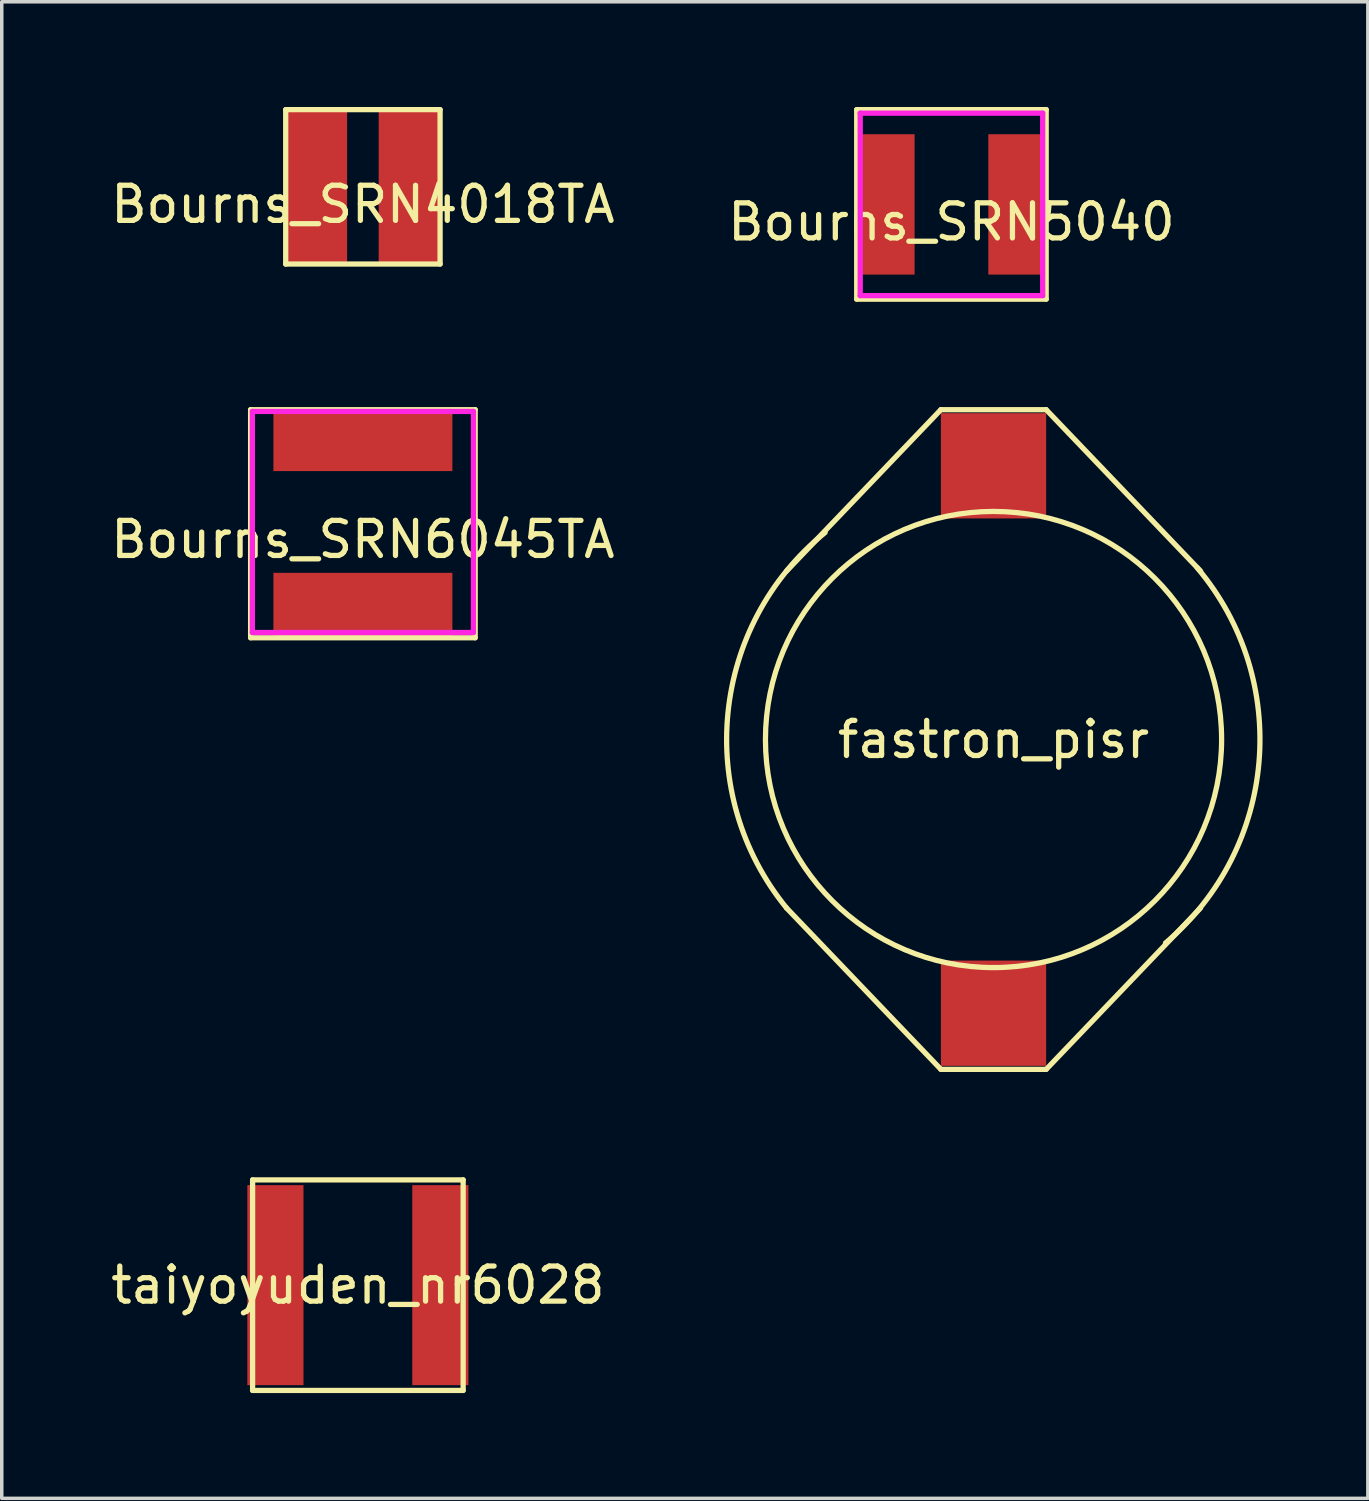
<source format=kicad_pcb>
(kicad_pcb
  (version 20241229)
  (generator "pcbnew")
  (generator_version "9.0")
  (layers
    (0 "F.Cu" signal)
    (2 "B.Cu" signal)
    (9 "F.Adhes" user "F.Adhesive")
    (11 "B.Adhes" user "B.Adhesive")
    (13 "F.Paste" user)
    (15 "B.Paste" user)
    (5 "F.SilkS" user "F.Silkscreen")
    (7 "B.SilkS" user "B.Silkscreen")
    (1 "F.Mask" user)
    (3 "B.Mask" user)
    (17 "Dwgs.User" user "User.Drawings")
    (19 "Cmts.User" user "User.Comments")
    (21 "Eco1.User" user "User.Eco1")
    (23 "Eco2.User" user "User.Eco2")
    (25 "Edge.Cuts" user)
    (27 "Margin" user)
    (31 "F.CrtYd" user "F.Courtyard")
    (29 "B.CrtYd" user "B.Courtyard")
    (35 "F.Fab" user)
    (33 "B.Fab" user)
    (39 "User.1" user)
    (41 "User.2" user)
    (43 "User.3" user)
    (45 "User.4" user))
  (footprint "Bourns_SRN5040"
    (layer "F.Cu")
    (at 24.065 2.775)
    (property "Reference" "Bourns_SRN5040" (at 0 0.5 0) (layer "F.SilkS") (effects (font (size 1 1) (thickness 0.15))))
    (attr through_hole)
    (fp_line (start -2.7 -2.7) (end 2.7 -2.7) (stroke (width 0.15) (type solid)) (layer "F.SilkS"))
    (fp_line (start -2.7 2.7) (end -2.7 -2.7) (stroke (width 0.15) (type solid)) (layer "F.SilkS"))
    (fp_line (start 2.7 -2.7) (end 2.7 2.7) (stroke (width 0.15) (type solid)) (layer "F.SilkS"))
    (fp_line (start 2.7 2.7) (end -2.7 2.7) (stroke (width 0.15) (type solid)) (layer "F.SilkS"))
    (fp_line (start -2.6 -2.6) (end 2.6 -2.6) (stroke (width 0.15) (type solid)) (layer "F.CrtYd"))
    (fp_line (start -2.6 2.6) (end -2.6 -2.6) (stroke (width 0.15) (type solid)) (layer "F.CrtYd"))
    (fp_line (start 2.6 -2.6) (end 2.6 2.6) (stroke (width 0.15) (type solid)) (layer "F.CrtYd"))
    (fp_line (start 2.6 2.6) (end -2.6 2.6) (stroke (width 0.15) (type solid)) (layer "F.CrtYd"))
    (pad "1" smd rect (at -1.8 0) (size 1.5 4) (layers "F.Cu" "F.Mask" "F.Paste"))
    (pad "2" smd rect (at 1.8 0) (size 1.5 4) (layers "F.Cu" "F.Mask" "F.Paste")))
  (footprint "Bourns_SRN6045TA"
    (layer "F.Cu")
    (at 7.292 11.825)
    (property "Reference" "Bourns_SRN6045TA" (at 0 0.5 0) (layer "F.SilkS") (effects (font (size 1 1) (thickness 0.15))))
    (attr through_hole)
    (fp_line (start -3.2 -3.2) (end 3.2 -3.2) (stroke (width 0.15) (type solid)) (layer "F.SilkS"))
    (fp_line (start -3.2 3.3) (end -3.2 -3.2) (stroke (width 0.15) (type solid)) (layer "F.SilkS"))
    (fp_line (start 3.2 -3.2) (end 3.2 3.3) (stroke (width 0.15) (type solid)) (layer "F.SilkS"))
    (fp_line (start 3.2 3.3) (end -3.2 3.3) (stroke (width 0.15) (type solid)) (layer "F.SilkS"))
    (fp_line (start -3.15 -3.15) (end 3.15 -3.15) (stroke (width 0.15) (type solid)) (layer "F.CrtYd"))
    (fp_line (start -3.15 3.15) (end -3.15 -3.15) (stroke (width 0.15) (type solid)) (layer "F.CrtYd"))
    (fp_line (start 3.15 -3.15) (end 3.15 3.15) (stroke (width 0.15) (type solid)) (layer "F.CrtYd"))
    (fp_line (start 3.15 3.15) (end -3.15 3.15) (stroke (width 0.15) (type solid)) (layer "F.CrtYd"))
    (pad "1" smd rect (at 0 -2.35) (size 5.1 1.8) (layers "F.Cu" "F.Mask" "F.Paste"))
    (pad "2" smd rect (at 0 2.35) (size 5.1 1.8) (layers "F.Cu" "F.Mask" "F.Paste")))
  (footprint "fastron_pisr"
    (layer "F.Cu")
    (at 25.264 18.025)
    (property "Reference" "fastron_pisr" (at 0 0 0) (layer "F.SilkS") (effects (font (size 1 1) (thickness 0.15))))
    (attr through_hole)
    (fp_line (start -5.9 4.8) (end -1.5 9.4) (stroke (width 0.15) (type solid)) (layer "F.SilkS"))
    (fp_line (start -1.5 -9.4) (end -5.9 -4.8) (stroke (width 0.15) (type solid)) (layer "F.SilkS"))
    (fp_line (start -1.5 -9.4) (end 1.5 -9.4) (stroke (width 0.15) (type solid)) (layer "F.SilkS"))
    (fp_line (start -1.5 9.4) (end 1.5 9.4) (stroke (width 0.15) (type solid)) (layer "F.SilkS"))
    (fp_line (start 1.5 9.4) (end 5.9 4.8) (stroke (width 0.15) (type solid)) (layer "F.SilkS"))
    (fp_line (start 5.9 -4.8) (end 1.5 -9.4) (stroke (width 0.15) (type solid)) (layer "F.SilkS"))
    (fp_arc (start -5.9 4.8) (mid -7.566043 -0.777817) (end -4.8 -5.9) (stroke (width 0.15) (type solid)) (layer "F.SilkS"))
    (fp_arc (start 5.8 -4.9) (mid 7.566043 0.636396) (end 4.9 5.8) (stroke (width 0.15) (type solid)) (layer "F.SilkS"))
    (fp_circle (center 0 0) (end 6.5 0) (stroke (width 0.15) (type solid)) (fill no) (layer "F.SilkS"))
    (pad "1" smd rect (at 0 7.8) (size 3 3) (layers "F.Cu" "F.Mask" "F.Paste"))
    (pad "2" smd rect (at 0 -7.8) (size 3 3) (layers "F.Cu" "F.Mask" "F.Paste")))
  (footprint "taiyoyuden_nr6028"
    (layer "F.Cu")
    (at 7.149 33.575)
    (property "Reference" "taiyoyuden_nr6028" (at 0 0 0) (layer "F.SilkS") (effects (font (size 1 1) (thickness 0.15))))
    (attr through_hole)
    (fp_line (start -3 -3) (end 3 -3) (stroke (width 0.15) (type solid)) (layer "F.SilkS"))
    (fp_line (start -3 3) (end -3 -3) (stroke (width 0.15) (type solid)) (layer "F.SilkS"))
    (fp_line (start 3 -3) (end 3 3) (stroke (width 0.15) (type solid)) (layer "F.SilkS"))
    (fp_line (start 3 3) (end -3 3) (stroke (width 0.15) (type solid)) (layer "F.SilkS"))
    (pad "1" smd rect (at -2.35 0) (size 1.6 5.7) (layers "F.Cu" "F.Mask" "F.Paste"))
    (pad "2" smd rect (at 2.35 0) (size 1.6 5.7) (layers "F.Cu" "F.Mask" "F.Paste")))
  (footprint "Bourns_SRN4018TA"
    (layer "F.Cu")
    (at 7.292 2.275)
    (property "Reference" "Bourns_SRN4018TA" (at 0 0.5 0) (layer "F.SilkS") (effects (font (size 1 1) (thickness 0.15))))
    (attr through_hole)
    (fp_line (start -2.2 -2.2) (end 2.2 -2.2) (stroke (width 0.15) (type solid)) (layer "F.SilkS"))
    (fp_line (start -2.2 2.2) (end -2.2 -2.2) (stroke (width 0.15) (type solid)) (layer "F.SilkS"))
    (fp_line (start 2.2 -2.2) (end 2.2 2.2) (stroke (width 0.15) (type solid)) (layer "F.SilkS"))
    (fp_line (start 2.2 2.2) (end -2.2 2.2) (stroke (width 0.15) (type solid)) (layer "F.SilkS"))
    (pad "1" smd rect (at -1.3 0) (size 1.7 4.3) (layers "F.Cu" "F.Mask" "F.Paste"))
    (pad "2" smd rect (at 1.3 0) (size 1.7 4.3) (layers "F.Cu" "F.Mask" "F.Paste")))
  (gr_rect
    (start -3 -3)
    (end 35.932 39.65)
    (stroke (width 0.1) (type default))
    (fill no)
    (layer "Edge.Cuts")))
</source>
